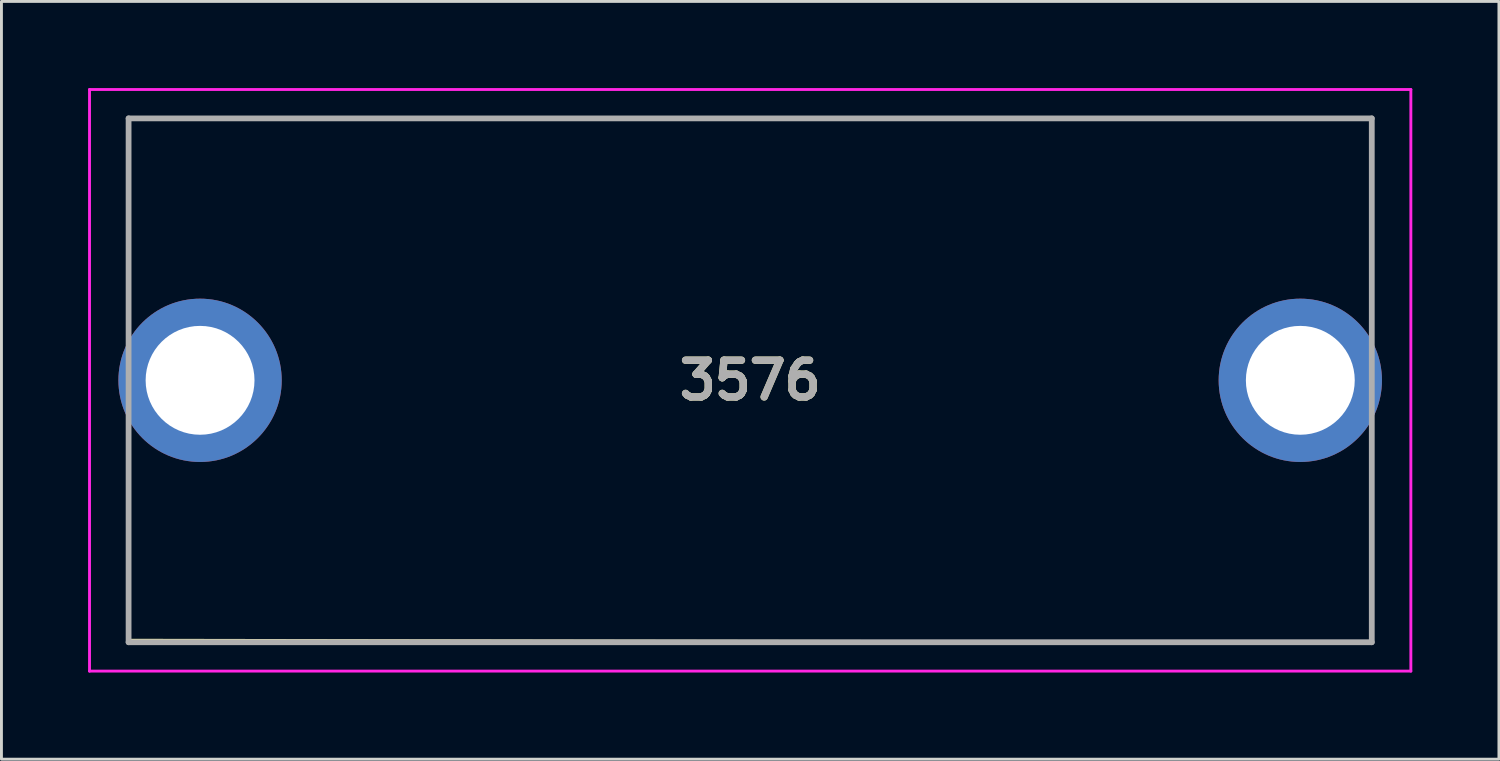
<source format=kicad_pcb>
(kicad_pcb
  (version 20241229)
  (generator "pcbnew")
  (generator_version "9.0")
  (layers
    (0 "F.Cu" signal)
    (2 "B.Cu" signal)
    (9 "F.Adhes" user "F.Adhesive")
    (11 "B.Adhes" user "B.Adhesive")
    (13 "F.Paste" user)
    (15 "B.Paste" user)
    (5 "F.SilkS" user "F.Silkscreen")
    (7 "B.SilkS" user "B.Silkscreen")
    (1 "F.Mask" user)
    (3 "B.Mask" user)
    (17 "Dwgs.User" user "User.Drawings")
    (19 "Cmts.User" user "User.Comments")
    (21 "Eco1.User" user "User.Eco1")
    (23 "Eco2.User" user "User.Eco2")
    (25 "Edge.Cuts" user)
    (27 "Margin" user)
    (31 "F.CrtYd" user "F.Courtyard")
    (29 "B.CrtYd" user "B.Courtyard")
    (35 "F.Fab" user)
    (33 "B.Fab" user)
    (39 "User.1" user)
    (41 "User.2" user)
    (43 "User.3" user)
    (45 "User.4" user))
  (footprint "3576"
    (layer "F.Cu")
    (at 3.878 10.12)
    (property "Reference" "3576" (at 19.05 0 0) (layer "F.SilkS") (effects (font (size 1.27 1.27) (thickness 0.254))))
    (attr through_hole)
    (fp_line (start -2.475 -9.07) (end 40.575 -9.07) (stroke (width 0.1) (type solid)) (layer "F.SilkS"))
    (fp_line (start -2.475 -9) (end -2.475 -9.07) (stroke (width 0.1) (type solid)) (layer "F.SilkS"))
    (fp_line (start -2.475 -2) (end -2.475 -9) (stroke (width 0.1) (type solid)) (layer "F.SilkS"))
    (fp_line (start -2.475 2) (end -2.475 9) (stroke (width 0.1) (type solid)) (layer "F.SilkS"))
    (fp_line (start -2.475 9) (end 40.575 9.07) (stroke (width 0.1) (type solid)) (layer "F.SilkS"))
    (fp_line (start 40.575 -9.07) (end 40.575 -2) (stroke (width 0.1) (type solid)) (layer "F.SilkS"))
    (fp_line (start 40.575 9.07) (end 40.575 2) (stroke (width 0.1) (type solid)) (layer "F.SilkS"))
    (fp_line (start -3.828 -10.07) (end 41.928 -10.07) (stroke (width 0.1) (type solid)) (layer "F.CrtYd"))
    (fp_line (start -3.828 10.07) (end -3.828 -10.07) (stroke (width 0.1) (type solid)) (layer "F.CrtYd"))
    (fp_line (start 41.928 -10.07) (end 41.928 10.07) (stroke (width 0.1) (type solid)) (layer "F.CrtYd"))
    (fp_line (start 41.928 10.07) (end -3.828 10.07) (stroke (width 0.1) (type solid)) (layer "F.CrtYd"))
    (fp_line (start -2.475 -9.07) (end 40.575 -9.07) (stroke (width 0.2) (type solid)) (layer "F.Fab"))
    (fp_line (start -2.475 9.07) (end -2.475 -9.07) (stroke (width 0.2) (type solid)) (layer "F.Fab"))
    (fp_line (start 40.575 -9.07) (end 40.575 9.07) (stroke (width 0.2) (type solid)) (layer "F.Fab"))
    (fp_line (start 40.575 9.07) (end -2.475 9.07) (stroke (width 0.2) (type solid)) (layer "F.Fab"))
    (fp_text user "${REFERENCE}" (at 19.05 0 0) (layer "F.Fab") (effects (font (size 1.27 1.27) (thickness 0.254))))
    (pad "1" thru_hole circle (at 0 0) (size 5.655 5.655) (drill 3.77) (layers "*.Cu" "*.Mask"))
    (pad "2" thru_hole circle (at 38.1 0) (size 5.655 5.655) (drill 3.77) (layers "*.Cu" "*.Mask")))
  (gr_rect
    (start -3 -3)
    (end 48.856 23.24)
    (stroke (width 0.1) (type default))
    (fill no)
    (layer "Edge.Cuts")))
</source>
